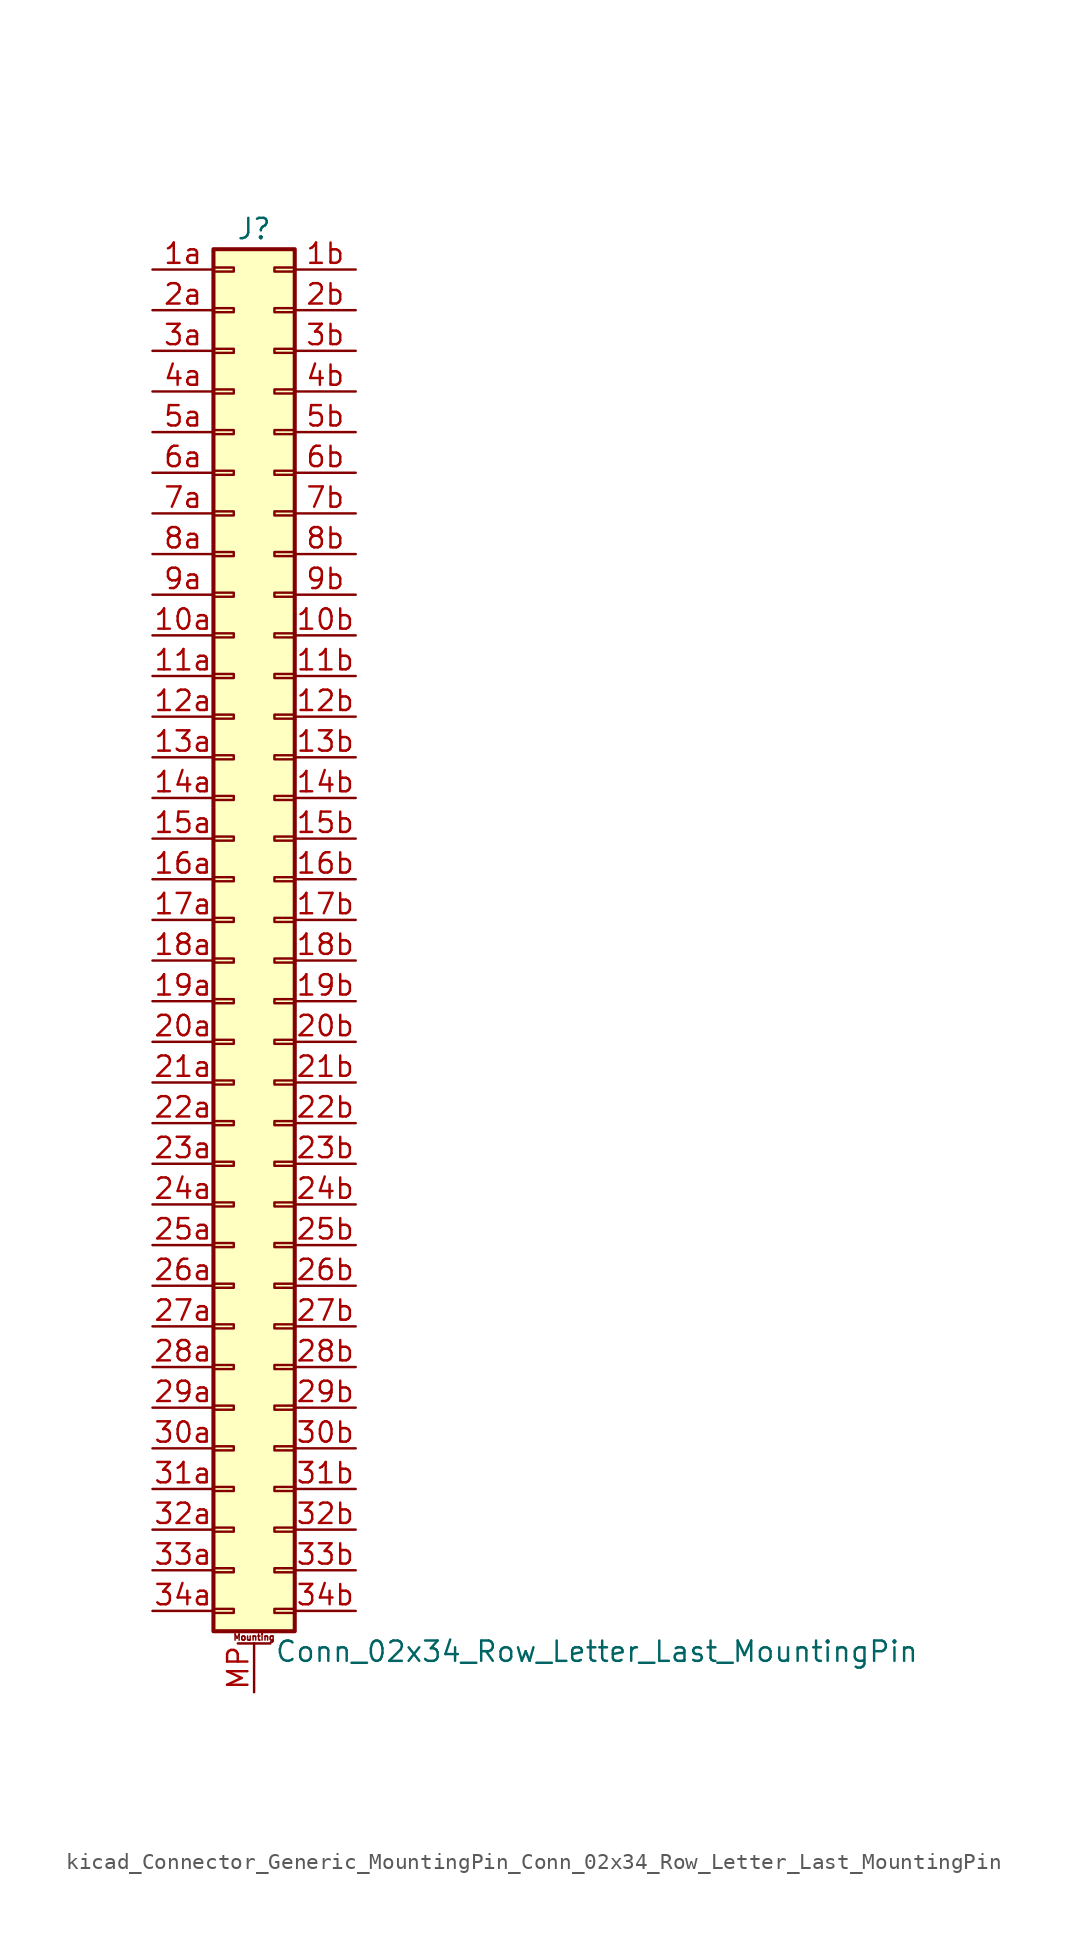
<source format=kicad_sym>
(kicad_symbol_lib
  (version 20220914)
  (generator kicad_symbol_editor)
  (symbol "kicad_Connector_Generic_MountingPin_Conn_02x34_Row_Letter_Last_MountingPin"
    (pin_names
      (offset 1.016) hide)
    (property "Reference" "J"
      (at 1.27 43.18 0)
      (effects (font (size 1.27 1.27))))
    (property "Value" "Conn_02x34_Row_Letter_Last_MountingPin"
      (at 2.54 -45.72 0)
      (effects (font (size 1.27 1.27)) (justify left)))
    (symbol "kicad_Connector_Generic_MountingPin_Conn_02x34_Row_Letter_Last_MountingPin_1_1"
      (rectangle (start -1.27 -43.053) (end 0 -43.307) (stroke (width 0.152) (type default)) (fill (type none)))
      (rectangle (start -1.27 -40.513) (end 0 -40.767) (stroke (width 0.152) (type default)) (fill (type none)))
      (rectangle (start -1.27 -37.973) (end 0 -38.227) (stroke (width 0.152) (type default)) (fill (type none)))
      (rectangle (start -1.27 -35.433) (end 0 -35.687) (stroke (width 0.152) (type default)) (fill (type none)))
      (rectangle (start -1.27 -32.893) (end 0 -33.147) (stroke (width 0.152) (type default)) (fill (type none)))
      (rectangle (start -1.27 -30.353) (end 0 -30.607) (stroke (width 0.152) (type default)) (fill (type none)))
      (rectangle (start -1.27 -27.813) (end 0 -28.067) (stroke (width 0.152) (type default)) (fill (type none)))
      (rectangle (start -1.27 -25.273) (end 0 -25.527) (stroke (width 0.152) (type default)) (fill (type none)))
      (rectangle (start -1.27 -22.733) (end 0 -22.987) (stroke (width 0.152) (type default)) (fill (type none)))
      (rectangle (start -1.27 -20.193) (end 0 -20.447) (stroke (width 0.152) (type default)) (fill (type none)))
      (rectangle (start -1.27 -17.653) (end 0 -17.907) (stroke (width 0.152) (type default)) (fill (type none)))
      (rectangle (start -1.27 -15.113) (end 0 -15.367) (stroke (width 0.152) (type default)) (fill (type none)))
      (rectangle (start -1.27 -12.573) (end 0 -12.827) (stroke (width 0.152) (type default)) (fill (type none)))
      (rectangle (start -1.27 -10.033) (end 0 -10.287) (stroke (width 0.152) (type default)) (fill (type none)))
      (rectangle (start -1.27 -7.493) (end 0 -7.747) (stroke (width 0.152) (type default)) (fill (type none)))
      (rectangle (start -1.27 -4.953) (end 0 -5.207) (stroke (width 0.152) (type default)) (fill (type none)))
      (rectangle (start -1.27 -2.413) (end 0 -2.667) (stroke (width 0.152) (type default)) (fill (type none)))
      (rectangle (start -1.27 0.127) (end 0 -0.127) (stroke (width 0.152) (type default)) (fill (type none)))
      (rectangle (start -1.27 2.667) (end 0 2.413) (stroke (width 0.152) (type default)) (fill (type none)))
      (rectangle (start -1.27 5.207) (end 0 4.953) (stroke (width 0.152) (type default)) (fill (type none)))
      (rectangle (start -1.27 7.747) (end 0 7.493) (stroke (width 0.152) (type default)) (fill (type none)))
      (rectangle (start -1.27 10.287) (end 0 10.033) (stroke (width 0.152) (type default)) (fill (type none)))
      (rectangle (start -1.27 12.827) (end 0 12.573) (stroke (width 0.152) (type default)) (fill (type none)))
      (rectangle (start -1.27 15.367) (end 0 15.113) (stroke (width 0.152) (type default)) (fill (type none)))
      (rectangle (start -1.27 17.907) (end 0 17.653) (stroke (width 0.152) (type default)) (fill (type none)))
      (rectangle (start -1.27 20.447) (end 0 20.193) (stroke (width 0.152) (type default)) (fill (type none)))
      (rectangle (start -1.27 22.987) (end 0 22.733) (stroke (width 0.152) (type default)) (fill (type none)))
      (rectangle (start -1.27 25.527) (end 0 25.273) (stroke (width 0.152) (type default)) (fill (type none)))
      (rectangle (start -1.27 28.067) (end 0 27.813) (stroke (width 0.152) (type default)) (fill (type none)))
      (rectangle (start -1.27 30.607) (end 0 30.353) (stroke (width 0.152) (type default)) (fill (type none)))
      (rectangle (start -1.27 33.147) (end 0 32.893) (stroke (width 0.152) (type default)) (fill (type none)))
      (rectangle (start -1.27 35.687) (end 0 35.433) (stroke (width 0.152) (type default)) (fill (type none)))
      (rectangle (start -1.27 38.227) (end 0 37.973) (stroke (width 0.152) (type default)) (fill (type none)))
      (rectangle (start -1.27 40.767) (end 0 40.513) (stroke (width 0.152) (type default)) (fill (type none)))
      (rectangle (start -1.27 41.91) (end 3.81 -44.45) (stroke (width 0.254) (type default)) (fill (type background)))
      (polyline (pts (xy 0.254 -45.212) (xy 2.286 -45.212)) (stroke (width 0.152) (type default)) (fill (type none)))
      (rectangle (start 3.81 -43.053) (end 2.54 -43.307) (stroke (width 0.152) (type default)) (fill (type none)))
      (rectangle (start 3.81 -40.513) (end 2.54 -40.767) (stroke (width 0.152) (type default)) (fill (type none)))
      (rectangle (start 3.81 -37.973) (end 2.54 -38.227) (stroke (width 0.152) (type default)) (fill (type none)))
      (rectangle (start 3.81 -35.433) (end 2.54 -35.687) (stroke (width 0.152) (type default)) (fill (type none)))
      (rectangle (start 3.81 -32.893) (end 2.54 -33.147) (stroke (width 0.152) (type default)) (fill (type none)))
      (rectangle (start 3.81 -30.353) (end 2.54 -30.607) (stroke (width 0.152) (type default)) (fill (type none)))
      (rectangle (start 3.81 -27.813) (end 2.54 -28.067) (stroke (width 0.152) (type default)) (fill (type none)))
      (rectangle (start 3.81 -25.273) (end 2.54 -25.527) (stroke (width 0.152) (type default)) (fill (type none)))
      (rectangle (start 3.81 -22.733) (end 2.54 -22.987) (stroke (width 0.152) (type default)) (fill (type none)))
      (rectangle (start 3.81 -20.193) (end 2.54 -20.447) (stroke (width 0.152) (type default)) (fill (type none)))
      (rectangle (start 3.81 -17.653) (end 2.54 -17.907) (stroke (width 0.152) (type default)) (fill (type none)))
      (rectangle (start 3.81 -15.113) (end 2.54 -15.367) (stroke (width 0.152) (type default)) (fill (type none)))
      (rectangle (start 3.81 -12.573) (end 2.54 -12.827) (stroke (width 0.152) (type default)) (fill (type none)))
      (rectangle (start 3.81 -10.033) (end 2.54 -10.287) (stroke (width 0.152) (type default)) (fill (type none)))
      (rectangle (start 3.81 -7.493) (end 2.54 -7.747) (stroke (width 0.152) (type default)) (fill (type none)))
      (rectangle (start 3.81 -4.953) (end 2.54 -5.207) (stroke (width 0.152) (type default)) (fill (type none)))
      (rectangle (start 3.81 -2.413) (end 2.54 -2.667) (stroke (width 0.152) (type default)) (fill (type none)))
      (rectangle (start 3.81 0.127) (end 2.54 -0.127) (stroke (width 0.152) (type default)) (fill (type none)))
      (rectangle (start 3.81 2.667) (end 2.54 2.413) (stroke (width 0.152) (type default)) (fill (type none)))
      (rectangle (start 3.81 5.207) (end 2.54 4.953) (stroke (width 0.152) (type default)) (fill (type none)))
      (rectangle (start 3.81 7.747) (end 2.54 7.493) (stroke (width 0.152) (type default)) (fill (type none)))
      (rectangle (start 3.81 10.287) (end 2.54 10.033) (stroke (width 0.152) (type default)) (fill (type none)))
      (rectangle (start 3.81 12.827) (end 2.54 12.573) (stroke (width 0.152) (type default)) (fill (type none)))
      (rectangle (start 3.81 15.367) (end 2.54 15.113) (stroke (width 0.152) (type default)) (fill (type none)))
      (rectangle (start 3.81 17.907) (end 2.54 17.653) (stroke (width 0.152) (type default)) (fill (type none)))
      (rectangle (start 3.81 20.447) (end 2.54 20.193) (stroke (width 0.152) (type default)) (fill (type none)))
      (rectangle (start 3.81 22.987) (end 2.54 22.733) (stroke (width 0.152) (type default)) (fill (type none)))
      (rectangle (start 3.81 25.527) (end 2.54 25.273) (stroke (width 0.152) (type default)) (fill (type none)))
      (rectangle (start 3.81 28.067) (end 2.54 27.813) (stroke (width 0.152) (type default)) (fill (type none)))
      (rectangle (start 3.81 30.607) (end 2.54 30.353) (stroke (width 0.152) (type default)) (fill (type none)))
      (rectangle (start 3.81 33.147) (end 2.54 32.893) (stroke (width 0.152) (type default)) (fill (type none)))
      (rectangle (start 3.81 35.687) (end 2.54 35.433) (stroke (width 0.152) (type default)) (fill (type none)))
      (rectangle (start 3.81 38.227) (end 2.54 37.973) (stroke (width 0.152) (type default)) (fill (type none)))
      (rectangle (start 3.81 40.767) (end 2.54 40.513) (stroke (width 0.152) (type default)) (fill (type none)))
      (text "Mounting" (at 1.27 -44.831 0) (effects (font (size 0.381 0.381))))
      (pin passive line (at -5.08 17.78 0) (length 3.81) (name "Pin_10a" (effects (font (size 1.27 1.27)))) (number "10a" (effects (font (size 1.27 1.27)))))
      (pin passive line (at 7.62 17.78 180) (length 3.81) (name "Pin_10b" (effects (font (size 1.27 1.27)))) (number "10b" (effects (font (size 1.27 1.27)))))
      (pin passive line (at -5.08 15.24 0) (length 3.81) (name "Pin_11a" (effects (font (size 1.27 1.27)))) (number "11a" (effects (font (size 1.27 1.27)))))
      (pin passive line (at 7.62 15.24 180) (length 3.81) (name "Pin_11b" (effects (font (size 1.27 1.27)))) (number "11b" (effects (font (size 1.27 1.27)))))
      (pin passive line (at -5.08 12.7 0) (length 3.81) (name "Pin_12a" (effects (font (size 1.27 1.27)))) (number "12a" (effects (font (size 1.27 1.27)))))
      (pin passive line (at 7.62 12.7 180) (length 3.81) (name "Pin_12b" (effects (font (size 1.27 1.27)))) (number "12b" (effects (font (size 1.27 1.27)))))
      (pin passive line (at -5.08 10.16 0) (length 3.81) (name "Pin_13a" (effects (font (size 1.27 1.27)))) (number "13a" (effects (font (size 1.27 1.27)))))
      (pin passive line (at 7.62 10.16 180) (length 3.81) (name "Pin_13b" (effects (font (size 1.27 1.27)))) (number "13b" (effects (font (size 1.27 1.27)))))
      (pin passive line (at -5.08 7.62 0) (length 3.81) (name "Pin_14a" (effects (font (size 1.27 1.27)))) (number "14a" (effects (font (size 1.27 1.27)))))
      (pin passive line (at 7.62 7.62 180) (length 3.81) (name "Pin_14b" (effects (font (size 1.27 1.27)))) (number "14b" (effects (font (size 1.27 1.27)))))
      (pin passive line (at -5.08 5.08 0) (length 3.81) (name "Pin_15a" (effects (font (size 1.27 1.27)))) (number "15a" (effects (font (size 1.27 1.27)))))
      (pin passive line (at 7.62 5.08 180) (length 3.81) (name "Pin_15b" (effects (font (size 1.27 1.27)))) (number "15b" (effects (font (size 1.27 1.27)))))
      (pin passive line (at -5.08 2.54 0) (length 3.81) (name "Pin_16a" (effects (font (size 1.27 1.27)))) (number "16a" (effects (font (size 1.27 1.27)))))
      (pin passive line (at 7.62 2.54 180) (length 3.81) (name "Pin_16b" (effects (font (size 1.27 1.27)))) (number "16b" (effects (font (size 1.27 1.27)))))
      (pin passive line (at -5.08 0 0) (length 3.81) (name "Pin_17a" (effects (font (size 1.27 1.27)))) (number "17a" (effects (font (size 1.27 1.27)))))
      (pin passive line (at 7.62 0 180) (length 3.81) (name "Pin_17b" (effects (font (size 1.27 1.27)))) (number "17b" (effects (font (size 1.27 1.27)))))
      (pin passive line (at -5.08 -2.54 0) (length 3.81) (name "Pin_18a" (effects (font (size 1.27 1.27)))) (number "18a" (effects (font (size 1.27 1.27)))))
      (pin passive line (at 7.62 -2.54 180) (length 3.81) (name "Pin_18b" (effects (font (size 1.27 1.27)))) (number "18b" (effects (font (size 1.27 1.27)))))
      (pin passive line (at -5.08 -5.08 0) (length 3.81) (name "Pin_19a" (effects (font (size 1.27 1.27)))) (number "19a" (effects (font (size 1.27 1.27)))))
      (pin passive line (at 7.62 -5.08 180) (length 3.81) (name "Pin_19b" (effects (font (size 1.27 1.27)))) (number "19b" (effects (font (size 1.27 1.27)))))
      (pin passive line (at -5.08 40.64 0) (length 3.81) (name "Pin_1a" (effects (font (size 1.27 1.27)))) (number "1a" (effects (font (size 1.27 1.27)))))
      (pin passive line (at 7.62 40.64 180) (length 3.81) (name "Pin_1b" (effects (font (size 1.27 1.27)))) (number "1b" (effects (font (size 1.27 1.27)))))
      (pin passive line (at -5.08 -7.62 0) (length 3.81) (name "Pin_20a" (effects (font (size 1.27 1.27)))) (number "20a" (effects (font (size 1.27 1.27)))))
      (pin passive line (at 7.62 -7.62 180) (length 3.81) (name "Pin_20b" (effects (font (size 1.27 1.27)))) (number "20b" (effects (font (size 1.27 1.27)))))
      (pin passive line (at -5.08 -10.16 0) (length 3.81) (name "Pin_21a" (effects (font (size 1.27 1.27)))) (number "21a" (effects (font (size 1.27 1.27)))))
      (pin passive line (at 7.62 -10.16 180) (length 3.81) (name "Pin_21b" (effects (font (size 1.27 1.27)))) (number "21b" (effects (font (size 1.27 1.27)))))
      (pin passive line (at -5.08 -12.7 0) (length 3.81) (name "Pin_22a" (effects (font (size 1.27 1.27)))) (number "22a" (effects (font (size 1.27 1.27)))))
      (pin passive line (at 7.62 -12.7 180) (length 3.81) (name "Pin_22b" (effects (font (size 1.27 1.27)))) (number "22b" (effects (font (size 1.27 1.27)))))
      (pin passive line (at -5.08 -15.24 0) (length 3.81) (name "Pin_23a" (effects (font (size 1.27 1.27)))) (number "23a" (effects (font (size 1.27 1.27)))))
      (pin passive line (at 7.62 -15.24 180) (length 3.81) (name "Pin_23b" (effects (font (size 1.27 1.27)))) (number "23b" (effects (font (size 1.27 1.27)))))
      (pin passive line (at -5.08 -17.78 0) (length 3.81) (name "Pin_24a" (effects (font (size 1.27 1.27)))) (number "24a" (effects (font (size 1.27 1.27)))))
      (pin passive line (at 7.62 -17.78 180) (length 3.81) (name "Pin_24b" (effects (font (size 1.27 1.27)))) (number "24b" (effects (font (size 1.27 1.27)))))
      (pin passive line (at -5.08 -20.32 0) (length 3.81) (name "Pin_25a" (effects (font (size 1.27 1.27)))) (number "25a" (effects (font (size 1.27 1.27)))))
      (pin passive line (at 7.62 -20.32 180) (length 3.81) (name "Pin_25b" (effects (font (size 1.27 1.27)))) (number "25b" (effects (font (size 1.27 1.27)))))
      (pin passive line (at -5.08 -22.86 0) (length 3.81) (name "Pin_26a" (effects (font (size 1.27 1.27)))) (number "26a" (effects (font (size 1.27 1.27)))))
      (pin passive line (at 7.62 -22.86 180) (length 3.81) (name "Pin_26b" (effects (font (size 1.27 1.27)))) (number "26b" (effects (font (size 1.27 1.27)))))
      (pin passive line (at -5.08 -25.4 0) (length 3.81) (name "Pin_27a" (effects (font (size 1.27 1.27)))) (number "27a" (effects (font (size 1.27 1.27)))))
      (pin passive line (at 7.62 -25.4 180) (length 3.81) (name "Pin_27b" (effects (font (size 1.27 1.27)))) (number "27b" (effects (font (size 1.27 1.27)))))
      (pin passive line (at -5.08 -27.94 0) (length 3.81) (name "Pin_28a" (effects (font (size 1.27 1.27)))) (number "28a" (effects (font (size 1.27 1.27)))))
      (pin passive line (at 7.62 -27.94 180) (length 3.81) (name "Pin_28b" (effects (font (size 1.27 1.27)))) (number "28b" (effects (font (size 1.27 1.27)))))
      (pin passive line (at -5.08 -30.48 0) (length 3.81) (name "Pin_29a" (effects (font (size 1.27 1.27)))) (number "29a" (effects (font (size 1.27 1.27)))))
      (pin passive line (at 7.62 -30.48 180) (length 3.81) (name "Pin_29b" (effects (font (size 1.27 1.27)))) (number "29b" (effects (font (size 1.27 1.27)))))
      (pin passive line (at -5.08 38.1 0) (length 3.81) (name "Pin_2a" (effects (font (size 1.27 1.27)))) (number "2a" (effects (font (size 1.27 1.27)))))
      (pin passive line (at 7.62 38.1 180) (length 3.81) (name "Pin_2b" (effects (font (size 1.27 1.27)))) (number "2b" (effects (font (size 1.27 1.27)))))
      (pin passive line (at -5.08 -33.02 0) (length 3.81) (name "Pin_30a" (effects (font (size 1.27 1.27)))) (number "30a" (effects (font (size 1.27 1.27)))))
      (pin passive line (at 7.62 -33.02 180) (length 3.81) (name "Pin_30b" (effects (font (size 1.27 1.27)))) (number "30b" (effects (font (size 1.27 1.27)))))
      (pin passive line (at -5.08 -35.56 0) (length 3.81) (name "Pin_31a" (effects (font (size 1.27 1.27)))) (number "31a" (effects (font (size 1.27 1.27)))))
      (pin passive line (at 7.62 -35.56 180) (length 3.81) (name "Pin_31b" (effects (font (size 1.27 1.27)))) (number "31b" (effects (font (size 1.27 1.27)))))
      (pin passive line (at -5.08 -38.1 0) (length 3.81) (name "Pin_32a" (effects (font (size 1.27 1.27)))) (number "32a" (effects (font (size 1.27 1.27)))))
      (pin passive line (at 7.62 -38.1 180) (length 3.81) (name "Pin_32b" (effects (font (size 1.27 1.27)))) (number "32b" (effects (font (size 1.27 1.27)))))
      (pin passive line (at -5.08 -40.64 0) (length 3.81) (name "Pin_33a" (effects (font (size 1.27 1.27)))) (number "33a" (effects (font (size 1.27 1.27)))))
      (pin passive line (at 7.62 -40.64 180) (length 3.81) (name "Pin_33b" (effects (font (size 1.27 1.27)))) (number "33b" (effects (font (size 1.27 1.27)))))
      (pin passive line (at -5.08 -43.18 0) (length 3.81) (name "Pin_34a" (effects (font (size 1.27 1.27)))) (number "34a" (effects (font (size 1.27 1.27)))))
      (pin passive line (at 7.62 -43.18 180) (length 3.81) (name "Pin_34b" (effects (font (size 1.27 1.27)))) (number "34b" (effects (font (size 1.27 1.27)))))
      (pin passive line (at -5.08 35.56 0) (length 3.81) (name "Pin_3a" (effects (font (size 1.27 1.27)))) (number "3a" (effects (font (size 1.27 1.27)))))
      (pin passive line (at 7.62 35.56 180) (length 3.81) (name "Pin_3b" (effects (font (size 1.27 1.27)))) (number "3b" (effects (font (size 1.27 1.27)))))
      (pin passive line (at -5.08 33.02 0) (length 3.81) (name "Pin_4a" (effects (font (size 1.27 1.27)))) (number "4a" (effects (font (size 1.27 1.27)))))
      (pin passive line (at 7.62 33.02 180) (length 3.81) (name "Pin_4b" (effects (font (size 1.27 1.27)))) (number "4b" (effects (font (size 1.27 1.27)))))
      (pin passive line (at -5.08 30.48 0) (length 3.81) (name "Pin_5a" (effects (font (size 1.27 1.27)))) (number "5a" (effects (font (size 1.27 1.27)))))
      (pin passive line (at 7.62 30.48 180) (length 3.81) (name "Pin_5b" (effects (font (size 1.27 1.27)))) (number "5b" (effects (font (size 1.27 1.27)))))
      (pin passive line (at -5.08 27.94 0) (length 3.81) (name "Pin_6a" (effects (font (size 1.27 1.27)))) (number "6a" (effects (font (size 1.27 1.27)))))
      (pin passive line (at 7.62 27.94 180) (length 3.81) (name "Pin_6b" (effects (font (size 1.27 1.27)))) (number "6b" (effects (font (size 1.27 1.27)))))
      (pin passive line (at -5.08 25.4 0) (length 3.81) (name "Pin_7a" (effects (font (size 1.27 1.27)))) (number "7a" (effects (font (size 1.27 1.27)))))
      (pin passive line (at 7.62 25.4 180) (length 3.81) (name "Pin_7b" (effects (font (size 1.27 1.27)))) (number "7b" (effects (font (size 1.27 1.27)))))
      (pin passive line (at -5.08 22.86 0) (length 3.81) (name "Pin_8a" (effects (font (size 1.27 1.27)))) (number "8a" (effects (font (size 1.27 1.27)))))
      (pin passive line (at 7.62 22.86 180) (length 3.81) (name "Pin_8b" (effects (font (size 1.27 1.27)))) (number "8b" (effects (font (size 1.27 1.27)))))
      (pin passive line (at -5.08 20.32 0) (length 3.81) (name "Pin_9a" (effects (font (size 1.27 1.27)))) (number "9a" (effects (font (size 1.27 1.27)))))
      (pin passive line (at 7.62 20.32 180) (length 3.81) (name "Pin_9b" (effects (font (size 1.27 1.27)))) (number "9b" (effects (font (size 1.27 1.27)))))
      (pin passive line (at 1.27 -48.26 90) (length 3.048) (name "MountPin" (effects (font (size 1.27 1.27)))) (number "MP" (effects (font (size 1.27 1.27))))))))
</source>
